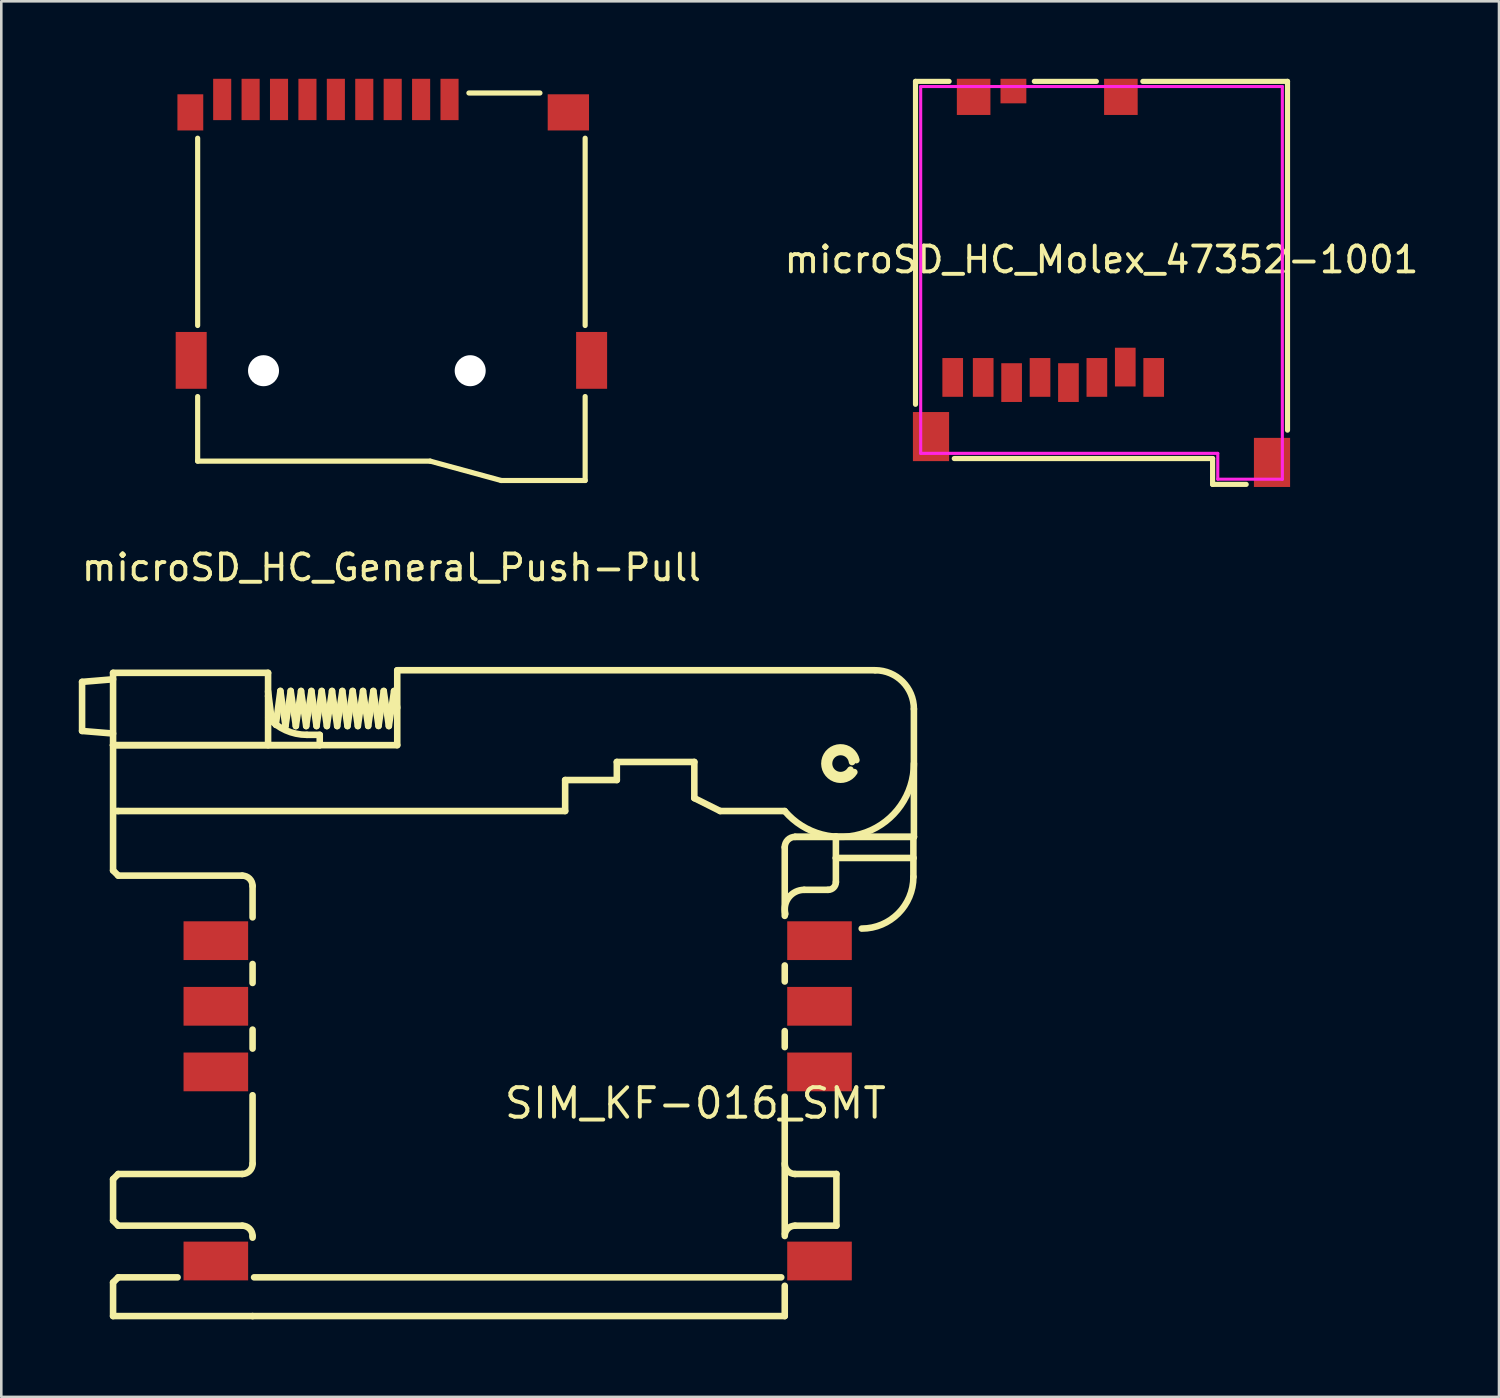
<source format=kicad_pcb>
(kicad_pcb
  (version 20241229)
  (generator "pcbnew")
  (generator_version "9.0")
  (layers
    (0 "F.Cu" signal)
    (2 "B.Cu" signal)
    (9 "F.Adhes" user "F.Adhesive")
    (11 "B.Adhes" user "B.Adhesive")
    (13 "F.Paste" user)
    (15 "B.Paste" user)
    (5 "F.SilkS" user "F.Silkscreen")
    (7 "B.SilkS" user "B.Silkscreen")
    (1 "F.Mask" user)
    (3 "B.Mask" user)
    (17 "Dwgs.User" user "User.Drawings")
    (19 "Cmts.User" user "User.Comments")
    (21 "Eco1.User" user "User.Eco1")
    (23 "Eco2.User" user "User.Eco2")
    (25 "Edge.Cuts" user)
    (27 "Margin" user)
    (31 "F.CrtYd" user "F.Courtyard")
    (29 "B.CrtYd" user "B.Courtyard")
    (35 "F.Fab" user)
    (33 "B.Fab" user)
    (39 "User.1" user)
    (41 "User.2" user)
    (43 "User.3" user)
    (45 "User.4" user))
  (footprint "microSD_HC_Molex_47352-1001"
    (layer "F.Cu")
    (at 46.589 15.5)
    (property "Reference" "microSD_HC_Molex_47352-1001" (at -7 -8.5 0) (layer "F.SilkS") (effects (font (size 1 1) (thickness 0.15))))
    (attr smd)
    (fp_line (start -14.2 -15.4) (end -12.9 -15.4) (stroke (width 0.2) (type solid)) (layer "F.SilkS"))
    (fp_line (start -14.2 -2.9) (end -14.2 -15.4) (stroke (width 0.2) (type solid)) (layer "F.SilkS"))
    (fp_line (start -9.6 -15.4) (end -7.2 -15.4) (stroke (width 0.2) (type solid)) (layer "F.SilkS"))
    (fp_line (start -5.4 -15.4) (end 0.2 -15.4) (stroke (width 0.2) (type solid)) (layer "F.SilkS"))
    (fp_line (start -2.7 -0.8) (end -12.7 -0.8) (stroke (width 0.2) (type solid)) (layer "F.SilkS"))
    (fp_line (start -2.7 0.2) (end -2.7 -0.8) (stroke (width 0.2) (type solid)) (layer "F.SilkS"))
    (fp_line (start -1.4 0.2) (end -2.7 0.2) (stroke (width 0.2) (type solid)) (layer "F.SilkS"))
    (fp_line (start 0.2 -15.4) (end 0.2 -1.9) (stroke (width 0.2) (type solid)) (layer "F.SilkS"))
    (fp_line (start -14 -1) (end -14 -15.2) (stroke (width 0.12) (type solid)) (layer "F.CrtYd"))
    (fp_line (start -2.5 -1) (end -14 -1) (stroke (width 0.12) (type solid)) (layer "F.CrtYd"))
    (fp_line (start -2.5 0) (end -2.5 -1) (stroke (width 0.12) (type solid)) (layer "F.CrtYd"))
    (fp_line (start 0 -15.2) (end -14 -15.2) (stroke (width 0.12) (type solid)) (layer "F.CrtYd"))
    (fp_line (start 0 0) (end -2.5 0) (stroke (width 0.12) (type solid)) (layer "F.CrtYd"))
    (fp_line (start 0 0) (end 0 -15.2) (stroke (width 0.12) (type solid)) (layer "F.CrtYd"))
    (pad "1" smd rect (at -4.98 -3.94) (size 0.8 1.5) (layers "F.Cu" "F.Mask" "F.Paste"))
    (pad "2" smd rect (at -6.08 -4.34) (size 0.8 1.5) (layers "F.Cu" "F.Mask" "F.Paste"))
    (pad "3" smd rect (at -7.18 -3.94) (size 0.8 1.5) (layers "F.Cu" "F.Mask" "F.Paste"))
    (pad "4" smd rect (at -8.28 -3.74) (size 0.8 1.5) (layers "F.Cu" "F.Mask" "F.Paste"))
    (pad "5" smd rect (at -9.38 -3.94) (size 0.8 1.5) (layers "F.Cu" "F.Mask" "F.Paste"))
    (pad "6" smd rect (at -10.48 -3.74) (size 0.8 1.5) (layers "F.Cu" "F.Mask" "F.Paste"))
    (pad "7" smd rect (at -11.58 -3.94) (size 0.8 1.5) (layers "F.Cu" "F.Mask" "F.Paste"))
    (pad "8" smd rect (at -12.76 -3.94) (size 0.8 1.5) (layers "F.Cu" "F.Mask" "F.Paste"))
    (pad "9" smd rect (at -10.41 -15.025) (size 1 0.95) (layers "F.Cu" "F.Mask" "F.Paste"))
    (pad "MP" smd rect (at -13.6 -1.65) (size 1.4 1.9) (layers "F.Cu" "F.Mask" "F.Paste"))
    (pad "MP" smd rect (at -11.95 -14.8) (size 1.3 1.4) (layers "F.Cu" "F.Mask" "F.Paste"))
    (pad "MP" smd rect (at -6.25 -14.8) (size 1.3 1.4) (layers "F.Cu" "F.Mask" "F.Paste"))
    (pad "MP" smd rect (at -0.4 -0.65) (size 1.4 1.9) (layers "F.Cu" "F.Mask" "F.Paste")))
  (footprint "SIM_KF-016_SMT"
    (layer "F.Cu")
    (at 16.989 39.563)
    (property "Reference" "SIM_KF-016_SMT" (at -0.597 0.094 0) (layer "F.SilkS") (effects (font (size 1.143 1.143) (thickness 0.152)) (justify left)))
    (attr smd)
    (fp_line (start -16.862 -16.218) (end -15.662 -16.318) (stroke (width 0.254) (type solid)) (layer "F.SilkS"))
    (fp_line (start -16.862 -14.318) (end -16.862 -16.218) (stroke (width 0.254) (type solid)) (layer "F.SilkS"))
    (fp_line (start -16.862 -14.318) (end -15.662 -14.218) (stroke (width 0.254) (type solid)) (layer "F.SilkS"))
    (fp_line (start -15.662 -16.568) (end -9.662 -16.568) (stroke (width 0.254) (type solid)) (layer "F.SilkS"))
    (fp_line (start -15.662 -13.768) (end -15.662 -16.568) (stroke (width 0.254) (type solid)) (layer "F.SilkS"))
    (fp_line (start -15.662 -13.768) (end -7.662 -13.768) (stroke (width 0.254) (type solid)) (layer "F.SilkS"))
    (fp_line (start -15.662 -13.768) (end -4.662 -13.768) (stroke (width 0.254) (type solid)) (layer "F.SilkS"))
    (fp_line (start -15.662 -8.918) (end -15.662 -13.768) (stroke (width 0.254) (type solid)) (layer "F.SilkS"))
    (fp_line (start -15.662 -8.918) (end -15.462 -8.718) (stroke (width 0.254) (type solid)) (layer "F.SilkS"))
    (fp_line (start -15.662 3.032) (end -15.462 2.832) (stroke (width 0.254) (type solid)) (layer "F.SilkS"))
    (fp_line (start -15.662 4.632) (end -15.662 3.032) (stroke (width 0.254) (type solid)) (layer "F.SilkS"))
    (fp_line (start -15.662 4.632) (end -15.462 4.832) (stroke (width 0.254) (type solid)) (layer "F.SilkS"))
    (fp_line (start -15.662 7.032) (end -15.462 6.832) (stroke (width 0.254) (type solid)) (layer "F.SilkS"))
    (fp_line (start -15.662 8.332) (end -15.662 7.032) (stroke (width 0.254) (type solid)) (layer "F.SilkS"))
    (fp_line (start -15.662 8.332) (end -10.262 8.332) (stroke (width 0.254) (type solid)) (layer "F.SilkS"))
    (fp_line (start -15.645 -11.218) (end -15.462 -11.218) (stroke (width 0.254) (type solid)) (layer "F.SilkS"))
    (fp_line (start -15.462 -11.218) (end 1.838 -11.218) (stroke (width 0.254) (type solid)) (layer "F.SilkS"))
    (fp_line (start -15.462 -8.718) (end -10.662 -8.718) (stroke (width 0.254) (type solid)) (layer "F.SilkS"))
    (fp_line (start -15.462 2.832) (end -10.662 2.832) (stroke (width 0.254) (type solid)) (layer "F.SilkS"))
    (fp_line (start -15.462 4.832) (end -10.662 4.832) (stroke (width 0.254) (type solid)) (layer "F.SilkS"))
    (fp_line (start -15.462 6.832) (end -13.165 6.832) (stroke (width 0.254) (type solid)) (layer "F.SilkS"))
    (fp_line (start -10.262 -8.318) (end -10.262 -7.103) (stroke (width 0.254) (type solid)) (layer "F.SilkS"))
    (fp_line (start -10.262 -5.297) (end -10.262 -4.563) (stroke (width 0.254) (type solid)) (layer "F.SilkS"))
    (fp_line (start -10.262 -2.757) (end -10.262 -2.023) (stroke (width 0.254) (type solid)) (layer "F.SilkS"))
    (fp_line (start -10.262 -0.217) (end -10.262 2.432) (stroke (width 0.254) (type solid)) (layer "F.SilkS"))
    (fp_line (start -10.262 5.232) (end -10.262 5.297) (stroke (width 0.254) (type solid)) (layer "F.SilkS"))
    (fp_line (start -10.262 8.332) (end 10.338 8.332) (stroke (width 0.254) (type solid)) (layer "F.SilkS"))
    (fp_line (start -10.203 6.832) (end 10.203 6.832) (stroke (width 0.254) (type solid)) (layer "F.SilkS"))
    (fp_line (start -9.662 -15.849) (end -9.515 -14.706) (stroke (width 0.254) (type solid)) (layer "F.SilkS"))
    (fp_line (start -9.662 -15.668) (end -9.662 -16.568) (stroke (width 0.254) (type solid)) (layer "F.SilkS"))
    (fp_line (start -9.662 -13.768) (end -9.662 -15.668) (stroke (width 0.254) (type solid)) (layer "F.SilkS"))
    (fp_line (start -9.363 -14.553) (end -9.186 -15.868) (stroke (width 0.254) (type solid)) (layer "F.SilkS"))
    (fp_line (start -9.186 -15.868) (end -8.987 -14.508) (stroke (width 0.254) (type solid)) (layer "F.SilkS"))
    (fp_line (start -8.987 -14.508) (end -8.786 -15.868) (stroke (width 0.254) (type solid)) (layer "F.SilkS"))
    (fp_line (start -8.786 -15.868) (end -8.587 -14.508) (stroke (width 0.254) (type solid)) (layer "F.SilkS"))
    (fp_line (start -8.587 -14.508) (end -8.386 -15.866) (stroke (width 0.254) (type solid)) (layer "F.SilkS"))
    (fp_line (start -8.386 -15.866) (end -8.187 -14.508) (stroke (width 0.254) (type solid)) (layer "F.SilkS"))
    (fp_line (start -8.187 -14.508) (end -7.985 -15.866) (stroke (width 0.254) (type solid)) (layer "F.SilkS"))
    (fp_line (start -8.162 -14.168) (end -7.662 -14.168) (stroke (width 0.254) (type solid)) (layer "F.SilkS"))
    (fp_line (start -7.985 -15.866) (end -7.787 -14.508) (stroke (width 0.254) (type solid)) (layer "F.SilkS"))
    (fp_line (start -7.787 -14.508) (end -7.586 -15.866) (stroke (width 0.254) (type solid)) (layer "F.SilkS"))
    (fp_line (start -7.662 -13.768) (end -7.662 -14.168) (stroke (width 0.254) (type solid)) (layer "F.SilkS"))
    (fp_line (start -7.586 -15.866) (end -7.386 -14.508) (stroke (width 0.254) (type solid)) (layer "F.SilkS"))
    (fp_line (start -7.386 -14.508) (end -7.186 -15.866) (stroke (width 0.254) (type solid)) (layer "F.SilkS"))
    (fp_line (start -7.186 -15.866) (end -6.987 -14.508) (stroke (width 0.254) (type solid)) (layer "F.SilkS"))
    (fp_line (start -6.987 -14.508) (end -6.788 -15.866) (stroke (width 0.254) (type solid)) (layer "F.SilkS"))
    (fp_line (start -6.788 -15.866) (end -6.588 -14.508) (stroke (width 0.254) (type solid)) (layer "F.SilkS"))
    (fp_line (start -6.588 -14.508) (end -6.388 -15.866) (stroke (width 0.254) (type solid)) (layer "F.SilkS"))
    (fp_line (start -6.388 -15.866) (end -6.187 -14.508) (stroke (width 0.254) (type solid)) (layer "F.SilkS"))
    (fp_line (start -6.187 -14.508) (end -5.987 -15.866) (stroke (width 0.254) (type solid)) (layer "F.SilkS"))
    (fp_line (start -5.987 -15.866) (end -5.787 -14.512) (stroke (width 0.254) (type solid)) (layer "F.SilkS"))
    (fp_line (start -5.787 -14.512) (end -5.587 -15.866) (stroke (width 0.254) (type solid)) (layer "F.SilkS"))
    (fp_line (start -5.587 -15.866) (end -5.386 -14.512) (stroke (width 0.254) (type solid)) (layer "F.SilkS"))
    (fp_line (start -5.386 -14.512) (end -5.185 -15.866) (stroke (width 0.254) (type solid)) (layer "F.SilkS"))
    (fp_line (start -5.185 -15.866) (end -4.987 -14.508) (stroke (width 0.254) (type solid)) (layer "F.SilkS"))
    (fp_line (start -4.987 -14.508) (end -4.785 -15.866) (stroke (width 0.254) (type solid)) (layer "F.SilkS"))
    (fp_line (start -4.785 -15.866) (end -4.662 -15.218) (stroke (width 0.254) (type solid)) (layer "F.SilkS"))
    (fp_line (start -4.662 -16.668) (end 13.838 -16.668) (stroke (width 0.254) (type solid)) (layer "F.SilkS"))
    (fp_line (start -4.662 -13.768) (end -4.662 -16.668) (stroke (width 0.254) (type solid)) (layer "F.SilkS"))
    (fp_line (start 1.838 -12.418) (end 3.838 -12.418) (stroke (width 0.254) (type solid)) (layer "F.SilkS"))
    (fp_line (start 1.838 -11.218) (end 1.838 -12.418) (stroke (width 0.254) (type solid)) (layer "F.SilkS"))
    (fp_line (start 3.838 -13.118) (end 6.838 -13.118) (stroke (width 0.254) (type solid)) (layer "F.SilkS"))
    (fp_line (start 3.838 -12.418) (end 3.838 -13.118) (stroke (width 0.254) (type solid)) (layer "F.SilkS"))
    (fp_line (start 6.838 -11.718) (end 6.838 -13.118) (stroke (width 0.254) (type solid)) (layer "F.SilkS"))
    (fp_line (start 6.838 -11.718) (end 7.838 -11.218) (stroke (width 0.254) (type solid)) (layer "F.SilkS"))
    (fp_line (start 7.838 -11.218) (end 10.338 -11.218) (stroke (width 0.254) (type solid)) (layer "F.SilkS"))
    (fp_line (start 10.338 -9.818) (end 10.338 -7.16) (stroke (width 0.254) (type solid)) (layer "F.SilkS"))
    (fp_line (start 10.338 -5.24) (end 10.338 -4.62) (stroke (width 0.254) (type solid)) (layer "F.SilkS"))
    (fp_line (start 10.338 -2.7) (end 10.338 -2.08) (stroke (width 0.254) (type solid)) (layer "F.SilkS"))
    (fp_line (start 10.338 -0.16) (end 10.338 5.144) (stroke (width 0.254) (type solid)) (layer "F.SilkS"))
    (fp_line (start 10.338 8.332) (end 10.338 7.16) (stroke (width 0.254) (type solid)) (layer "F.SilkS"))
    (fp_line (start 10.738 -10.218) (end 15.338 -10.218) (stroke (width 0.254) (type solid)) (layer "F.SilkS"))
    (fp_line (start 10.738 -10.218) (end 15.338 -10.218) (stroke (width 0.254) (type solid)) (layer "F.SilkS"))
    (fp_line (start 10.738 2.832) (end 12.338 2.832) (stroke (width 0.254) (type solid)) (layer "F.SilkS"))
    (fp_line (start 10.738 4.832) (end 12.338 4.832) (stroke (width 0.254) (type solid)) (layer "F.SilkS"))
    (fp_line (start 11.088 -8.168) (end 12.018 -8.168) (stroke (width 0.254) (type solid)) (layer "F.SilkS"))
    (fp_line (start 12.318 -9.401) (end 12.318 -10.239) (stroke (width 0.254) (type solid)) (layer "F.SilkS"))
    (fp_line (start 12.318 -9.401) (end 15.318 -9.401) (stroke (width 0.254) (type solid)) (layer "F.SilkS"))
    (fp_line (start 12.318 -8.468) (end 12.318 -9.401) (stroke (width 0.254) (type solid)) (layer "F.SilkS"))
    (fp_line (start 12.338 4.832) (end 12.338 2.832) (stroke (width 0.254) (type solid)) (layer "F.SilkS"))
    (fp_line (start 15.318 -9.401) (end 15.318 -10.213) (stroke (width 0.254) (type solid)) (layer "F.SilkS"))
    (fp_line (start 15.318 -8.668) (end 15.318 -9.401) (stroke (width 0.254) (type solid)) (layer "F.SilkS"))
    (fp_line (start 15.338 -10.218) (end 15.338 -15.168) (stroke (width 0.254) (type solid)) (layer "F.SilkS"))
    (fp_arc (start -10.662 -8.718) (mid -10.379157 -8.600843) (end -10.262 -8.318) (stroke (width 0.254) (type solid)) (layer "F.SilkS"))
    (fp_arc (start -10.662 4.832) (mid -10.379157 4.949157) (end -10.262 5.232) (stroke (width 0.254) (type solid)) (layer "F.SilkS"))
    (fp_arc (start -10.262 2.432) (mid -10.379157 2.714843) (end -10.662 2.832) (stroke (width 0.254) (type solid)) (layer "F.SilkS"))
    (fp_arc (start -8.162 -14.168) (mid -8.980684 -14.343238) (end -9.655903 -14.838243) (stroke (width 0.254) (type solid)) (layer "F.SilkS"))
    (fp_arc (start 10.338 -9.818) (mid 10.455157 -10.100843) (end 10.738 -10.218) (stroke (width 0.254) (type solid)) (layer "F.SilkS"))
    (fp_arc (start 10.338 5.232) (mid 10.455157 4.949157) (end 10.738 4.832) (stroke (width 0.254) (type solid)) (layer "F.SilkS"))
    (fp_arc (start 10.361 -7.235) (mid 10.496827 -7.879013) (end 11.088328 -8.167679) (stroke (width 0.254) (type solid)) (layer "F.SilkS"))
    (fp_arc (start 10.738 2.832) (mid 10.455157 2.714843) (end 10.338 2.432) (stroke (width 0.254) (type solid)) (layer "F.SilkS"))
    (fp_arc (start 12.318 -8.468) (mid 12.230132 -8.255868) (end 12.018 -8.168) (stroke (width 0.254) (type solid)) (layer "F.SilkS"))
    (fp_arc (start 12.881 -12.819) (mid 12.061393 -13.150626) (end 12.944824 -13.114834) (stroke (width 0.254) (type solid)) (layer "F.SilkS"))
    (fp_arc (start 13.031 -12.725) (mid 11.883444 -13.16268) (end 13.111344 -13.189345) (stroke (width 0.254) (type solid)) (layer "F.SilkS"))
    (fp_arc (start 13.838 -16.668) (mid 14.89866 -16.22866) (end 15.338 -15.168) (stroke (width 0.254) (type solid)) (layer "F.SilkS"))
    (fp_arc (start 15.318 -8.668) (mid 14.732214 -7.253786) (end 13.318 -6.668) (stroke (width 0.254) (type solid)) (layer "F.SilkS"))
    (fp_arc (start 15.338 -13.056) (mid 13.47905 -10.392223) (end 10.337503 -11.218107) (stroke (width 0.254) (type solid)) (layer "F.SilkS"))
    (pad "1" smd rect (at 11.684 -6.2 90) (size 1.5 2.5) (layers "F.Cu" "F.Mask" "F.Paste"))
    (pad "2" smd rect (at 11.684 -3.66 90) (size 1.5 2.5) (layers "F.Cu" "F.Mask" "F.Paste"))
    (pad "3" smd rect (at 11.684 -1.12 90) (size 1.5 2.5) (layers "F.Cu" "F.Mask" "F.Paste"))
    (pad "4" smd rect (at 11.684 6.2 90) (size 1.5 2.5) (layers "F.Cu" "F.Mask" "F.Paste"))
    (pad "5" smd rect (at -11.684 -6.2 90) (size 1.5 2.5) (layers "F.Cu" "F.Mask" "F.Paste"))
    (pad "6" smd rect (at -11.684 -3.66 90) (size 1.5 2.5) (layers "F.Cu" "F.Mask" "F.Paste"))
    (pad "7" smd rect (at -11.684 -1.12 90) (size 1.5 2.5) (layers "F.Cu" "F.Mask" "F.Paste"))
    (pad "8" smd rect (at -11.684 6.2 90) (size 1.5 2.5) (layers "F.Cu" "F.Mask" "F.Paste")))
  (footprint "microSD_HC_General_Push-Pull"
    (layer "F.Cu")
    (at 12.101 11.3)
    (property "Reference" "microSD_HC_General_Push-Pull" (at 0 7.62 0) (layer "F.SilkS") (effects (font (size 1 1) (thickness 0.15))))
    (attr through_hole)
    (fp_line (start -7.5 -9) (end -7.5 -1.75) (stroke (width 0.2) (type solid)) (layer "F.SilkS"))
    (fp_line (start -7.5 3.5) (end -7.5 1) (stroke (width 0.2) (type solid)) (layer "F.SilkS"))
    (fp_line (start 1.5 3.5) (end -7.5 3.5) (stroke (width 0.2) (type solid)) (layer "F.SilkS"))
    (fp_line (start 3 -10.75) (end 5.75 -10.75) (stroke (width 0.2) (type solid)) (layer "F.SilkS"))
    (fp_line (start 4.25 4.25) (end 1.5 3.5) (stroke (width 0.2) (type solid)) (layer "F.SilkS"))
    (fp_line (start 7.5 -9) (end 7.5 -1.75) (stroke (width 0.2) (type solid)) (layer "F.SilkS"))
    (fp_line (start 7.5 1) (end 7.5 4.25) (stroke (width 0.2) (type solid)) (layer "F.SilkS"))
    (fp_line (start 7.5 4.25) (end 4.25 4.25) (stroke (width 0.2) (type solid)) (layer "F.SilkS"))
    (pad "" np_thru_hole circle (at -4.95 0) (size 1.2 1.2) (drill 1.2) (layers "*.Cu" "*.Mask"))
    (pad "" np_thru_hole circle (at 3.05 0 180) (size 1.2 1.2) (drill 1.2) (layers "*.Cu" "*.Mask"))
    (pad "1" smd rect (at 2.25 -10.5) (size 0.7 1.6) (layers "F.Cu" "F.Mask" "F.Paste"))
    (pad "2" smd rect (at 1.15 -10.5) (size 0.7 1.6) (layers "F.Cu" "F.Mask" "F.Paste"))
    (pad "3" smd rect (at 0.05 -10.5) (size 0.7 1.6) (layers "F.Cu" "F.Mask" "F.Paste"))
    (pad "4" smd rect (at -1.05 -10.5) (size 0.7 1.6) (layers "F.Cu" "F.Mask" "F.Paste"))
    (pad "5" smd rect (at -2.15 -10.5) (size 0.7 1.6) (layers "F.Cu" "F.Mask" "F.Paste"))
    (pad "6" smd rect (at -3.25 -10.5) (size 0.7 1.6) (layers "F.Cu" "F.Mask" "F.Paste"))
    (pad "7" smd rect (at -4.35 -10.5) (size 0.7 1.6) (layers "F.Cu" "F.Mask" "F.Paste"))
    (pad "8" smd rect (at -5.45 -10.5) (size 0.7 1.6) (layers "F.Cu" "F.Mask" "F.Paste"))
    (pad "9" smd rect (at -6.55 -10.5) (size 0.7 1.6) (layers "F.Cu" "F.Mask" "F.Paste"))
    (pad "MP" smd rect (at -7.783 -10) (size 1 1.4) (layers "F.Cu" "F.Mask" "F.Paste"))
    (pad "MP" smd rect (at -7.75 -0.4) (size 1.2 2.2) (layers "F.Cu" "F.Mask" "F.Paste"))
    (pad "MP" smd rect (at 6.85 -10 180) (size 1.6 1.4) (layers "F.Cu" "F.Mask" "F.Paste"))
    (pad "MP" smd rect (at 7.75 -0.4 180) (size 1.2 2.2) (layers "F.Cu" "F.Mask" "F.Paste")))
  (gr_rect
    (start -3 -3)
    (end 54.976 51.022)
    (stroke (width 0.1) (type default))
    (fill no)
    (layer "Edge.Cuts")))
</source>
